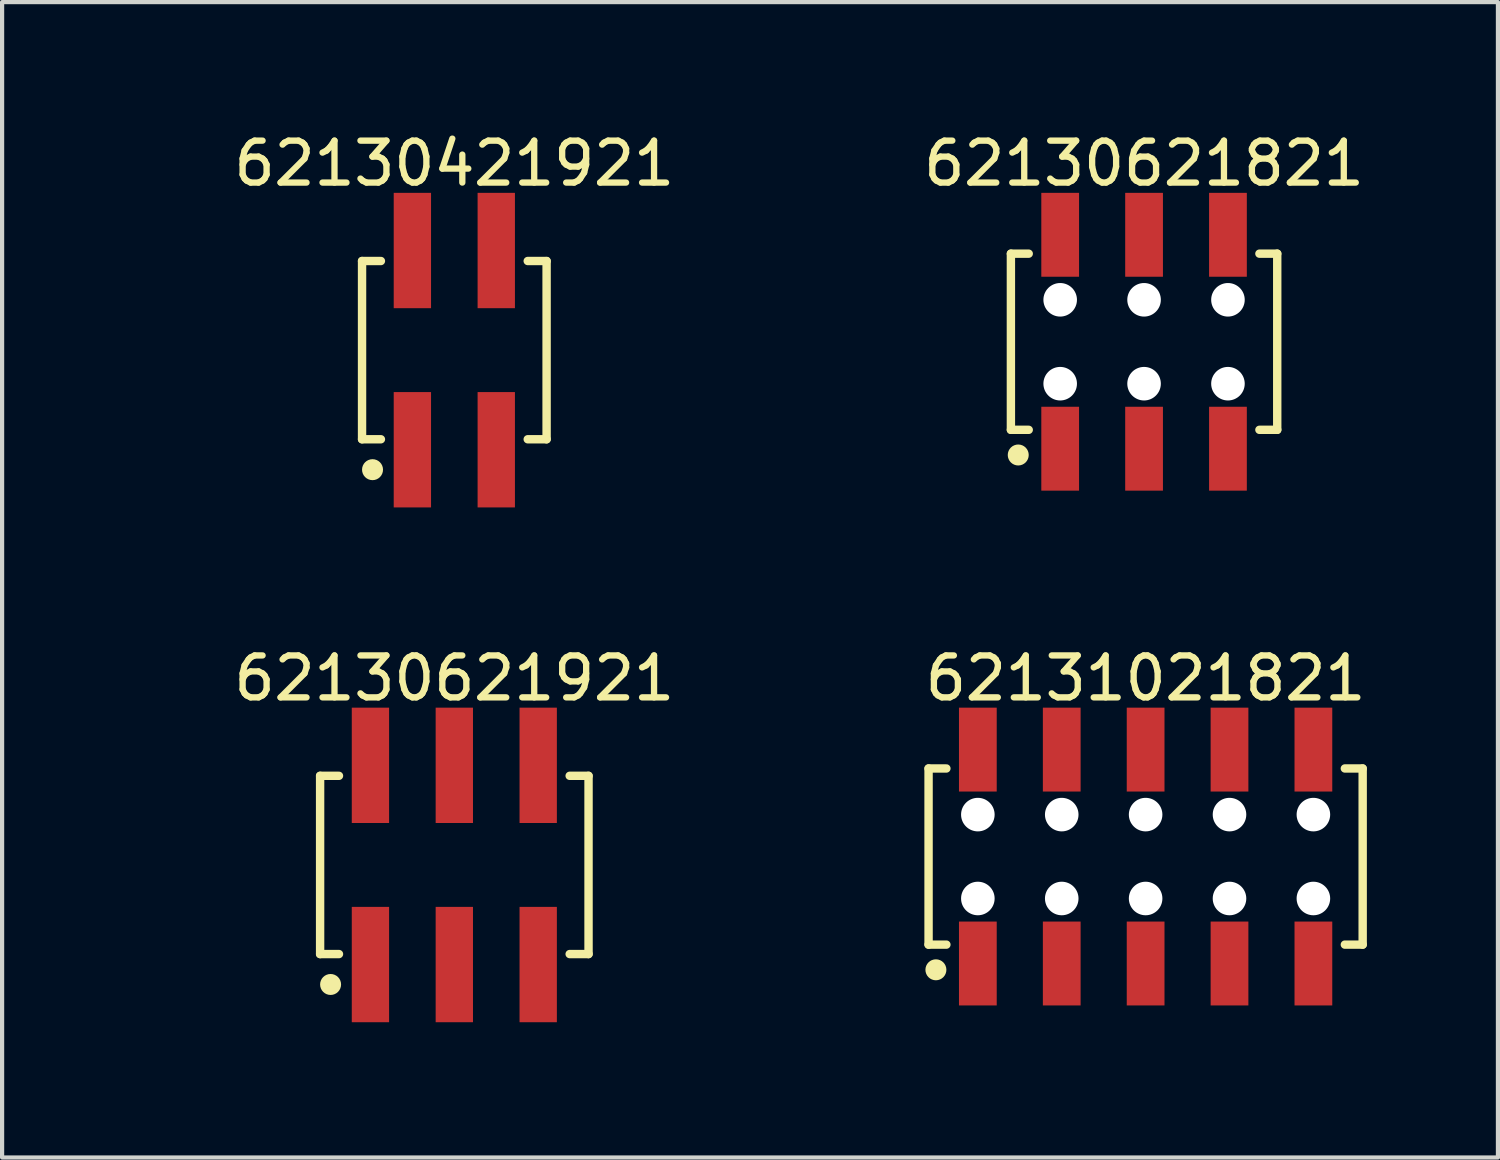
<source format=kicad_pcb>
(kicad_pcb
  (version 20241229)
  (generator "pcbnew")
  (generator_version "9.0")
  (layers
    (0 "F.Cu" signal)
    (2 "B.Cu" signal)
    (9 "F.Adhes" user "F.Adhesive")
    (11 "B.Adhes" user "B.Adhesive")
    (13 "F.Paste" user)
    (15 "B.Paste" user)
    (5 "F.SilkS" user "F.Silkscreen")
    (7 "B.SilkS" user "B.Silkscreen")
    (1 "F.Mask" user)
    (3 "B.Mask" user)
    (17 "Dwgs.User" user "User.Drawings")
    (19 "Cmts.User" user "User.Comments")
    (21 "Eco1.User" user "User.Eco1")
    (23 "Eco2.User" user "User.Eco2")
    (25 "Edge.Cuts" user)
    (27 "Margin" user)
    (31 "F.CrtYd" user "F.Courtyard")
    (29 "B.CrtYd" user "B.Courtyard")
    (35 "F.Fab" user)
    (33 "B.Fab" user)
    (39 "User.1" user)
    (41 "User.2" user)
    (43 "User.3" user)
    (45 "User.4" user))
  (footprint "62130621821"
    (layer "F.Cu")
    (at 24.227 5.098)
    (property "Reference" "62130621821" (at 0 -4.25 0) (layer "F.SilkS") (effects (font (size 1 1) (thickness 0.15))))
    (fp_line (start -3.175 -2.1) (end -2.75 -2.1) (stroke (width 0.2) (type solid)) (layer "F.SilkS"))
    (fp_line (start -3.175 2.1) (end -3.175 -2.1) (stroke (width 0.2) (type solid)) (layer "F.SilkS"))
    (fp_line (start -3.175 2.1) (end -2.75 2.1) (stroke (width 0.2) (type solid)) (layer "F.SilkS"))
    (fp_line (start 2.75 -2.1) (end 3.175 -2.1) (stroke (width 0.2) (type solid)) (layer "F.SilkS"))
    (fp_line (start 2.75 2.1) (end 3.175 2.1) (stroke (width 0.2) (type solid)) (layer "F.SilkS"))
    (fp_line (start 3.175 2.1) (end 3.175 -2.1) (stroke (width 0.2) (type solid)) (layer "F.SilkS"))
    (fp_circle (center -3 2.7) (end -3 2.575) (stroke (width 0.25) (type solid)) (fill no) (layer "F.SilkS"))
    (fp_line (start -3.375 -3.75) (end 3.375 -3.75) (stroke (width 0.05) (type solid)) (layer "Eco2.User"))
    (fp_line (start -3.375 3.75) (end -3.375 -3.75) (stroke (width 0.05) (type solid)) (layer "Eco2.User"))
    (fp_line (start -3.375 3.75) (end 3.375 3.75) (stroke (width 0.05) (type solid)) (layer "Eco2.User"))
    (fp_line (start -3 -2) (end 3 -2) (stroke (width 0.1) (type solid)) (layer "Eco2.User"))
    (fp_line (start -3 2) (end -3 -2) (stroke (width 0.1) (type solid)) (layer "Eco2.User"))
    (fp_line (start -3 2) (end 3 2) (stroke (width 0.1) (type solid)) (layer "Eco2.User"))
    (fp_line (start -2.25 -3) (end -1.75 -3) (stroke (width 0.1) (type solid)) (layer "Eco2.User"))
    (fp_line (start -2.25 -2) (end -2.25 -3) (stroke (width 0.1) (type solid)) (layer "Eco2.User"))
    (fp_line (start -2.25 3) (end -2.25 2) (stroke (width 0.1) (type solid)) (layer "Eco2.User"))
    (fp_line (start -2.25 3) (end -1.75 3) (stroke (width 0.1) (type solid)) (layer "Eco2.User"))
    (fp_line (start -1.75 -2) (end -1.75 -3) (stroke (width 0.1) (type solid)) (layer "Eco2.User"))
    (fp_line (start -1.75 3) (end -1.75 2) (stroke (width 0.1) (type solid)) (layer "Eco2.User"))
    (fp_line (start -0.5 0) (end 0.5 0) (stroke (width 0.05) (type solid)) (layer "Eco2.User"))
    (fp_line (start -0.25 -3) (end 0.25 -3) (stroke (width 0.1) (type solid)) (layer "Eco2.User"))
    (fp_line (start -0.25 -2) (end -0.25 -3) (stroke (width 0.1) (type solid)) (layer "Eco2.User"))
    (fp_line (start -0.25 3) (end -0.25 2) (stroke (width 0.1) (type solid)) (layer "Eco2.User"))
    (fp_line (start -0.25 3) (end 0.25 3) (stroke (width 0.1) (type solid)) (layer "Eco2.User"))
    (fp_line (start 0 0.5) (end 0 -0.5) (stroke (width 0.05) (type solid)) (layer "Eco2.User"))
    (fp_line (start 0.25 -2) (end 0.25 -3) (stroke (width 0.1) (type solid)) (layer "Eco2.User"))
    (fp_line (start 0.25 3) (end 0.25 2) (stroke (width 0.1) (type solid)) (layer "Eco2.User"))
    (fp_line (start 1.75 -3) (end 2.25 -3) (stroke (width 0.1) (type solid)) (layer "Eco2.User"))
    (fp_line (start 1.75 -2) (end 1.75 -3) (stroke (width 0.1) (type solid)) (layer "Eco2.User"))
    (fp_line (start 1.75 3) (end 1.75 2) (stroke (width 0.1) (type solid)) (layer "Eco2.User"))
    (fp_line (start 1.75 3) (end 2.25 3) (stroke (width 0.1) (type solid)) (layer "Eco2.User"))
    (fp_line (start 2.25 -2) (end 2.25 -3) (stroke (width 0.1) (type solid)) (layer "Eco2.User"))
    (fp_line (start 2.25 3) (end 2.25 2) (stroke (width 0.1) (type solid)) (layer "Eco2.User"))
    (fp_line (start 3 2) (end 3 -2) (stroke (width 0.1) (type solid)) (layer "Eco2.User"))
    (fp_line (start 3.375 3.75) (end 3.375 -3.75) (stroke (width 0.05) (type solid)) (layer "Eco2.User"))
    (fp_text user "${REFERENCE}" (at 0.1 -0.131 0) (unlocked yes) (layer "User.3") (effects (font (size 1 1) (thickness 0.1))))
    (pad "" np_thru_hole circle (at -2 -1) (size 0.8 0.8) (drill 0.8) (layers "*.Cu" "*.Mask"))
    (pad "" np_thru_hole circle (at -2 1) (size 0.8 0.8) (drill 0.8) (layers "*.Cu" "*.Mask"))
    (pad "" np_thru_hole circle (at 0 -1) (size 0.8 0.8) (drill 0.8) (layers "*.Cu" "*.Mask"))
    (pad "" np_thru_hole circle (at 0 1) (size 0.8 0.8) (drill 0.8) (layers "*.Cu" "*.Mask"))
    (pad "" np_thru_hole circle (at 2 -1) (size 0.8 0.8) (drill 0.8) (layers "*.Cu" "*.Mask"))
    (pad "" np_thru_hole circle (at 2 1) (size 0.8 0.8) (drill 0.8) (layers "*.Cu" "*.Mask"))
    (pad "1" smd rect (at -2 2.55) (size 0.9 2) (layers "F.Cu" "F.Mask" "F.Paste"))
    (pad "2" smd rect (at -2 -2.55) (size 0.9 2) (layers "F.Cu" "F.Mask" "F.Paste"))
    (pad "3" smd rect (at 0 2.55) (size 0.9 2) (layers "F.Cu" "F.Mask" "F.Paste"))
    (pad "4" smd rect (at 0 -2.55) (size 0.9 2) (layers "F.Cu" "F.Mask" "F.Paste"))
    (pad "5" smd rect (at 2 2.55) (size 0.9 2) (layers "F.Cu" "F.Mask" "F.Paste"))
    (pad "6" smd rect (at 2 -2.55) (size 0.9 2) (layers "F.Cu" "F.Mask" "F.Paste")))
  (footprint "62130421921"
    (layer "F.Cu")
    (at 7.782 5.298)
    (property "Reference" "62130421921" (at 0 -4.45 0) (layer "F.SilkS") (effects (font (size 1 1) (thickness 0.15))))
    (fp_line (start -2.2 -2.125) (end -1.75 -2.125) (stroke (width 0.2) (type solid)) (layer "F.SilkS"))
    (fp_line (start -2.2 2.125) (end -2.2 -2.125) (stroke (width 0.2) (type solid)) (layer "F.SilkS"))
    (fp_line (start -2.2 2.125) (end -1.75 2.125) (stroke (width 0.2) (type solid)) (layer "F.SilkS"))
    (fp_line (start 1.75 -2.125) (end 2.2 -2.125) (stroke (width 0.2) (type solid)) (layer "F.SilkS"))
    (fp_line (start 1.75 2.125) (end 2.2 2.125) (stroke (width 0.2) (type solid)) (layer "F.SilkS"))
    (fp_line (start 2.2 2.125) (end 2.2 -2.125) (stroke (width 0.2) (type solid)) (layer "F.SilkS"))
    (fp_circle (center -1.95 2.85) (end -1.95 2.725) (stroke (width 0.25) (type solid)) (fill no) (layer "F.SilkS"))
    (fp_line (start -2.4 -3.95) (end 2.4 -3.95) (stroke (width 0.05) (type solid)) (layer "Eco2.User"))
    (fp_line (start -2.4 3.95) (end -2.4 -3.95) (stroke (width 0.05) (type solid)) (layer "Eco2.User"))
    (fp_line (start -2.4 3.95) (end 2.4 3.95) (stroke (width 0.05) (type solid)) (layer "Eco2.User"))
    (fp_line (start -2 -2) (end 2 -2) (stroke (width 0.1) (type solid)) (layer "Eco2.User"))
    (fp_line (start -2 2) (end -2 -2) (stroke (width 0.1) (type solid)) (layer "Eco2.User"))
    (fp_line (start -2 2) (end 2 2) (stroke (width 0.1) (type solid)) (layer "Eco2.User"))
    (fp_line (start -1.25 -3.1) (end -0.75 -3.1) (stroke (width 0.1) (type solid)) (layer "Eco2.User"))
    (fp_line (start -1.25 -2) (end -1.25 -3.1) (stroke (width 0.1) (type solid)) (layer "Eco2.User"))
    (fp_line (start -1.25 3.1) (end -1.25 2) (stroke (width 0.1) (type solid)) (layer "Eco2.User"))
    (fp_line (start -1.25 3.1) (end -0.75 3.1) (stroke (width 0.1) (type solid)) (layer "Eco2.User"))
    (fp_line (start -0.75 -2) (end -0.75 -3.1) (stroke (width 0.1) (type solid)) (layer "Eco2.User"))
    (fp_line (start -0.75 3.1) (end -0.75 2) (stroke (width 0.1) (type solid)) (layer "Eco2.User"))
    (fp_line (start -0.5 0) (end 0.5 0) (stroke (width 0.05) (type solid)) (layer "Eco2.User"))
    (fp_line (start 0 0.5) (end 0 -0.5) (stroke (width 0.05) (type solid)) (layer "Eco2.User"))
    (fp_line (start 0.75 -3.1) (end 1.25 -3.1) (stroke (width 0.1) (type solid)) (layer "Eco2.User"))
    (fp_line (start 0.75 -2) (end 0.75 -3.1) (stroke (width 0.1) (type solid)) (layer "Eco2.User"))
    (fp_line (start 0.75 3.1) (end 0.75 2) (stroke (width 0.1) (type solid)) (layer "Eco2.User"))
    (fp_line (start 0.75 3.1) (end 1.25 3.1) (stroke (width 0.1) (type solid)) (layer "Eco2.User"))
    (fp_line (start 1.25 -2) (end 1.25 -3.1) (stroke (width 0.1) (type solid)) (layer "Eco2.User"))
    (fp_line (start 1.25 3.1) (end 1.25 2) (stroke (width 0.1) (type solid)) (layer "Eco2.User"))
    (fp_line (start 2 2) (end 2 -2) (stroke (width 0.1) (type solid)) (layer "Eco2.User"))
    (fp_line (start 2.4 3.95) (end 2.4 -3.95) (stroke (width 0.05) (type solid)) (layer "Eco2.User"))
    (fp_text user "${REFERENCE}" (at 0.15 -0.197 0) (unlocked yes) (layer "User.3") (effects (font (size 1.5 1.5) (thickness 0.15))))
    (pad "1" smd rect (at -1 2.375) (size 0.89 2.75) (layers "F.Cu" "F.Mask" "F.Paste"))
    (pad "2" smd rect (at -1 -2.375) (size 0.89 2.75) (layers "F.Cu" "F.Mask" "F.Paste"))
    (pad "3" smd rect (at 1 2.375) (size 0.89 2.75) (layers "F.Cu" "F.Mask" "F.Paste"))
    (pad "4" smd rect (at 1 -2.375) (size 0.89 2.75) (layers "F.Cu" "F.Mask" "F.Paste")))
  (footprint "62131021821"
    (layer "F.Cu")
    (at 24.264 17.372)
    (property "Reference" "62131021821" (at 0 -4.25 0) (layer "F.SilkS") (effects (font (size 1 1) (thickness 0.15))))
    (fp_line (start -5.175 -2.1) (end -4.75 -2.1) (stroke (width 0.2) (type solid)) (layer "F.SilkS"))
    (fp_line (start -5.175 2.1) (end -5.175 -2.1) (stroke (width 0.2) (type solid)) (layer "F.SilkS"))
    (fp_line (start -5.175 2.1) (end -4.75 2.1) (stroke (width 0.2) (type solid)) (layer "F.SilkS"))
    (fp_line (start 4.75 -2.1) (end 5.175 -2.1) (stroke (width 0.2) (type solid)) (layer "F.SilkS"))
    (fp_line (start 4.75 2.1) (end 5.175 2.1) (stroke (width 0.2) (type solid)) (layer "F.SilkS"))
    (fp_line (start 5.175 2.1) (end 5.175 -2.1) (stroke (width 0.2) (type solid)) (layer "F.SilkS"))
    (fp_circle (center -5 2.7) (end -5 2.575) (stroke (width 0.25) (type solid)) (fill no) (layer "F.SilkS"))
    (fp_line (start -5.375 -3.75) (end 5.375 -3.75) (stroke (width 0.05) (type solid)) (layer "Eco2.User"))
    (fp_line (start -5.375 3.75) (end -5.375 -3.75) (stroke (width 0.05) (type solid)) (layer "Eco2.User"))
    (fp_line (start -5.375 3.75) (end 5.375 3.75) (stroke (width 0.05) (type solid)) (layer "Eco2.User"))
    (fp_line (start -5 -2) (end 5 -2) (stroke (width 0.1) (type solid)) (layer "Eco2.User"))
    (fp_line (start -5 2) (end -5 -2) (stroke (width 0.1) (type solid)) (layer "Eco2.User"))
    (fp_line (start -5 2) (end 5 2) (stroke (width 0.1) (type solid)) (layer "Eco2.User"))
    (fp_line (start -4.25 -3) (end -3.75 -3) (stroke (width 0.1) (type solid)) (layer "Eco2.User"))
    (fp_line (start -4.25 -2) (end -4.25 -3) (stroke (width 0.1) (type solid)) (layer "Eco2.User"))
    (fp_line (start -4.25 3) (end -4.25 2) (stroke (width 0.1) (type solid)) (layer "Eco2.User"))
    (fp_line (start -4.25 3) (end -3.75 3) (stroke (width 0.1) (type solid)) (layer "Eco2.User"))
    (fp_line (start -3.75 -2) (end -3.75 -3) (stroke (width 0.1) (type solid)) (layer "Eco2.User"))
    (fp_line (start -3.75 3) (end -3.75 2) (stroke (width 0.1) (type solid)) (layer "Eco2.User"))
    (fp_line (start -2.25 -3) (end -1.75 -3) (stroke (width 0.1) (type solid)) (layer "Eco2.User"))
    (fp_line (start -2.25 -2) (end -2.25 -3) (stroke (width 0.1) (type solid)) (layer "Eco2.User"))
    (fp_line (start -2.25 3) (end -2.25 2) (stroke (width 0.1) (type solid)) (layer "Eco2.User"))
    (fp_line (start -2.25 3) (end -1.75 3) (stroke (width 0.1) (type solid)) (layer "Eco2.User"))
    (fp_line (start -1.75 -2) (end -1.75 -3) (stroke (width 0.1) (type solid)) (layer "Eco2.User"))
    (fp_line (start -1.75 3) (end -1.75 2) (stroke (width 0.1) (type solid)) (layer "Eco2.User"))
    (fp_line (start -0.5 0) (end 0.5 0) (stroke (width 0.05) (type solid)) (layer "Eco2.User"))
    (fp_line (start -0.25 -3) (end 0.25 -3) (stroke (width 0.1) (type solid)) (layer "Eco2.User"))
    (fp_line (start -0.25 -2) (end -0.25 -3) (stroke (width 0.1) (type solid)) (layer "Eco2.User"))
    (fp_line (start -0.25 3) (end -0.25 2) (stroke (width 0.1) (type solid)) (layer "Eco2.User"))
    (fp_line (start -0.25 3) (end 0.25 3) (stroke (width 0.1) (type solid)) (layer "Eco2.User"))
    (fp_line (start 0 0.5) (end 0 -0.5) (stroke (width 0.05) (type solid)) (layer "Eco2.User"))
    (fp_line (start 0.25 -2) (end 0.25 -3) (stroke (width 0.1) (type solid)) (layer "Eco2.User"))
    (fp_line (start 0.25 3) (end 0.25 2) (stroke (width 0.1) (type solid)) (layer "Eco2.User"))
    (fp_line (start 1.75 -3) (end 2.25 -3) (stroke (width 0.1) (type solid)) (layer "Eco2.User"))
    (fp_line (start 1.75 -2) (end 1.75 -3) (stroke (width 0.1) (type solid)) (layer "Eco2.User"))
    (fp_line (start 1.75 3) (end 1.75 2) (stroke (width 0.1) (type solid)) (layer "Eco2.User"))
    (fp_line (start 1.75 3) (end 2.25 3) (stroke (width 0.1) (type solid)) (layer "Eco2.User"))
    (fp_line (start 2.25 -2) (end 2.25 -3) (stroke (width 0.1) (type solid)) (layer "Eco2.User"))
    (fp_line (start 2.25 3) (end 2.25 2) (stroke (width 0.1) (type solid)) (layer "Eco2.User"))
    (fp_line (start 3.75 -3) (end 4.25 -3) (stroke (width 0.1) (type solid)) (layer "Eco2.User"))
    (fp_line (start 3.75 -2) (end 3.75 -3) (stroke (width 0.1) (type solid)) (layer "Eco2.User"))
    (fp_line (start 3.75 3) (end 3.75 2) (stroke (width 0.1) (type solid)) (layer "Eco2.User"))
    (fp_line (start 3.75 3) (end 4.25 3) (stroke (width 0.1) (type solid)) (layer "Eco2.User"))
    (fp_line (start 4.25 -2) (end 4.25 -3) (stroke (width 0.1) (type solid)) (layer "Eco2.User"))
    (fp_line (start 4.25 3) (end 4.25 2) (stroke (width 0.1) (type solid)) (layer "Eco2.User"))
    (fp_line (start 5 2) (end 5 -2) (stroke (width 0.1) (type solid)) (layer "Eco2.User"))
    (fp_line (start 5.375 3.75) (end 5.375 -3.75) (stroke (width 0.05) (type solid)) (layer "Eco2.User"))
    (fp_text user "${REFERENCE}" (at 0.1 -0.131 0) (unlocked yes) (layer "User.3") (effects (font (size 1 1) (thickness 0.1))))
    (pad "" np_thru_hole circle (at -4 -1) (size 0.8 0.8) (drill 0.8) (layers "*.Cu" "*.Mask"))
    (pad "" np_thru_hole circle (at -4 1) (size 0.8 0.8) (drill 0.8) (layers "*.Cu" "*.Mask"))
    (pad "" np_thru_hole circle (at -2 -1) (size 0.8 0.8) (drill 0.8) (layers "*.Cu" "*.Mask"))
    (pad "" np_thru_hole circle (at -2 1) (size 0.8 0.8) (drill 0.8) (layers "*.Cu" "*.Mask"))
    (pad "" np_thru_hole circle (at 0 -1) (size 0.8 0.8) (drill 0.8) (layers "*.Cu" "*.Mask"))
    (pad "" np_thru_hole circle (at 0 1) (size 0.8 0.8) (drill 0.8) (layers "*.Cu" "*.Mask"))
    (pad "" np_thru_hole circle (at 2 -1) (size 0.8 0.8) (drill 0.8) (layers "*.Cu" "*.Mask"))
    (pad "" np_thru_hole circle (at 2 1) (size 0.8 0.8) (drill 0.8) (layers "*.Cu" "*.Mask"))
    (pad "" np_thru_hole circle (at 4 -1) (size 0.8 0.8) (drill 0.8) (layers "*.Cu" "*.Mask"))
    (pad "" np_thru_hole circle (at 4 1) (size 0.8 0.8) (drill 0.8) (layers "*.Cu" "*.Mask"))
    (pad "1" smd rect (at -4 2.55) (size 0.9 2) (layers "F.Cu" "F.Mask" "F.Paste"))
    (pad "2" smd rect (at -4 -2.55) (size 0.9 2) (layers "F.Cu" "F.Mask" "F.Paste"))
    (pad "3" smd rect (at -2 2.55) (size 0.9 2) (layers "F.Cu" "F.Mask" "F.Paste"))
    (pad "4" smd rect (at -2 -2.55) (size 0.9 2) (layers "F.Cu" "F.Mask" "F.Paste"))
    (pad "5" smd rect (at 0 2.55) (size 0.9 2) (layers "F.Cu" "F.Mask" "F.Paste"))
    (pad "6" smd rect (at 0 -2.55) (size 0.9 2) (layers "F.Cu" "F.Mask" "F.Paste"))
    (pad "7" smd rect (at 2 2.55) (size 0.9 2) (layers "F.Cu" "F.Mask" "F.Paste"))
    (pad "8" smd rect (at 2 -2.55) (size 0.9 2) (layers "F.Cu" "F.Mask" "F.Paste"))
    (pad "9" smd rect (at 4 2.55) (size 0.9 2) (layers "F.Cu" "F.Mask" "F.Paste"))
    (pad "10" smd rect (at 4 -2.55) (size 0.9 2) (layers "F.Cu" "F.Mask" "F.Paste")))
  (footprint "62130621921"
    (layer "F.Cu")
    (at 7.782 17.572)
    (property "Reference" "62130621921" (at 0 -4.45 0) (layer "F.SilkS") (effects (font (size 1 1) (thickness 0.15))))
    (fp_line (start -3.2 -2.125) (end -2.75 -2.125) (stroke (width 0.2) (type solid)) (layer "F.SilkS"))
    (fp_line (start -3.2 2.125) (end -3.2 -2.125) (stroke (width 0.2) (type solid)) (layer "F.SilkS"))
    (fp_line (start -3.2 2.125) (end -2.75 2.125) (stroke (width 0.2) (type solid)) (layer "F.SilkS"))
    (fp_line (start 2.75 -2.125) (end 3.2 -2.125) (stroke (width 0.2) (type solid)) (layer "F.SilkS"))
    (fp_line (start 2.75 2.125) (end 3.2 2.125) (stroke (width 0.2) (type solid)) (layer "F.SilkS"))
    (fp_line (start 3.2 2.125) (end 3.2 -2.125) (stroke (width 0.2) (type solid)) (layer "F.SilkS"))
    (fp_circle (center -2.95 2.85) (end -2.95 2.725) (stroke (width 0.25) (type solid)) (fill no) (layer "F.SilkS"))
    (fp_line (start -3.4 -3.95) (end 3.4 -3.95) (stroke (width 0.05) (type solid)) (layer "Eco2.User"))
    (fp_line (start -3.4 3.95) (end -3.4 -3.95) (stroke (width 0.05) (type solid)) (layer "Eco2.User"))
    (fp_line (start -3.4 3.95) (end 3.4 3.95) (stroke (width 0.05) (type solid)) (layer "Eco2.User"))
    (fp_line (start -3 -2) (end 3 -2) (stroke (width 0.1) (type solid)) (layer "Eco2.User"))
    (fp_line (start -3 2) (end -3 -2) (stroke (width 0.1) (type solid)) (layer "Eco2.User"))
    (fp_line (start -3 2) (end 3 2) (stroke (width 0.1) (type solid)) (layer "Eco2.User"))
    (fp_line (start -2.25 -3.1) (end -1.75 -3.1) (stroke (width 0.1) (type solid)) (layer "Eco2.User"))
    (fp_line (start -2.25 -2) (end -2.25 -3.1) (stroke (width 0.1) (type solid)) (layer "Eco2.User"))
    (fp_line (start -2.25 3.1) (end -2.25 2) (stroke (width 0.1) (type solid)) (layer "Eco2.User"))
    (fp_line (start -2.25 3.1) (end -1.75 3.1) (stroke (width 0.1) (type solid)) (layer "Eco2.User"))
    (fp_line (start -1.75 -2) (end -1.75 -3.1) (stroke (width 0.1) (type solid)) (layer "Eco2.User"))
    (fp_line (start -1.75 3.1) (end -1.75 2) (stroke (width 0.1) (type solid)) (layer "Eco2.User"))
    (fp_line (start -0.5 0) (end 0.5 0) (stroke (width 0.05) (type solid)) (layer "Eco2.User"))
    (fp_line (start -0.25 -3.1) (end 0.25 -3.1) (stroke (width 0.1) (type solid)) (layer "Eco2.User"))
    (fp_line (start -0.25 -2) (end -0.25 -3.1) (stroke (width 0.1) (type solid)) (layer "Eco2.User"))
    (fp_line (start -0.25 3.1) (end -0.25 2) (stroke (width 0.1) (type solid)) (layer "Eco2.User"))
    (fp_line (start -0.25 3.1) (end 0.25 3.1) (stroke (width 0.1) (type solid)) (layer "Eco2.User"))
    (fp_line (start 0 0.5) (end 0 -0.5) (stroke (width 0.05) (type solid)) (layer "Eco2.User"))
    (fp_line (start 0.25 -2) (end 0.25 -3.1) (stroke (width 0.1) (type solid)) (layer "Eco2.User"))
    (fp_line (start 0.25 3.1) (end 0.25 2) (stroke (width 0.1) (type solid)) (layer "Eco2.User"))
    (fp_line (start 1.75 -3.1) (end 2.25 -3.1) (stroke (width 0.1) (type solid)) (layer "Eco2.User"))
    (fp_line (start 1.75 -2) (end 1.75 -3.1) (stroke (width 0.1) (type solid)) (layer "Eco2.User"))
    (fp_line (start 1.75 3.1) (end 1.75 2) (stroke (width 0.1) (type solid)) (layer "Eco2.User"))
    (fp_line (start 1.75 3.1) (end 2.25 3.1) (stroke (width 0.1) (type solid)) (layer "Eco2.User"))
    (fp_line (start 2.25 -2) (end 2.25 -3.1) (stroke (width 0.1) (type solid)) (layer "Eco2.User"))
    (fp_line (start 2.25 3.1) (end 2.25 2) (stroke (width 0.1) (type solid)) (layer "Eco2.User"))
    (fp_line (start 3 2) (end 3 -2) (stroke (width 0.1) (type solid)) (layer "Eco2.User"))
    (fp_line (start 3.4 3.95) (end 3.4 -3.95) (stroke (width 0.05) (type solid)) (layer "Eco2.User"))
    (fp_text user "${REFERENCE}" (at 0.15 -0.197 0) (unlocked yes) (layer "User.3") (effects (font (size 1.5 1.5) (thickness 0.15))))
    (pad "1" smd rect (at -2 2.375) (size 0.89 2.75) (layers "F.Cu" "F.Mask" "F.Paste"))
    (pad "2" smd rect (at -2 -2.375) (size 0.89 2.75) (layers "F.Cu" "F.Mask" "F.Paste"))
    (pad "3" smd rect (at 0 2.375) (size 0.89 2.75) (layers "F.Cu" "F.Mask" "F.Paste"))
    (pad "4" smd rect (at 0 -2.375) (size 0.89 2.75) (layers "F.Cu" "F.Mask" "F.Paste"))
    (pad "5" smd rect (at 2 2.375) (size 0.89 2.75) (layers "F.Cu" "F.Mask" "F.Paste"))
    (pad "6" smd rect (at 2 -2.375) (size 0.89 2.75) (layers "F.Cu" "F.Mask" "F.Paste")))
  (gr_rect
    (start -3 -3)
    (end 32.664 24.547)
    (stroke (width 0.1) (type default))
    (fill no)
    (layer "Edge.Cuts")))
</source>
